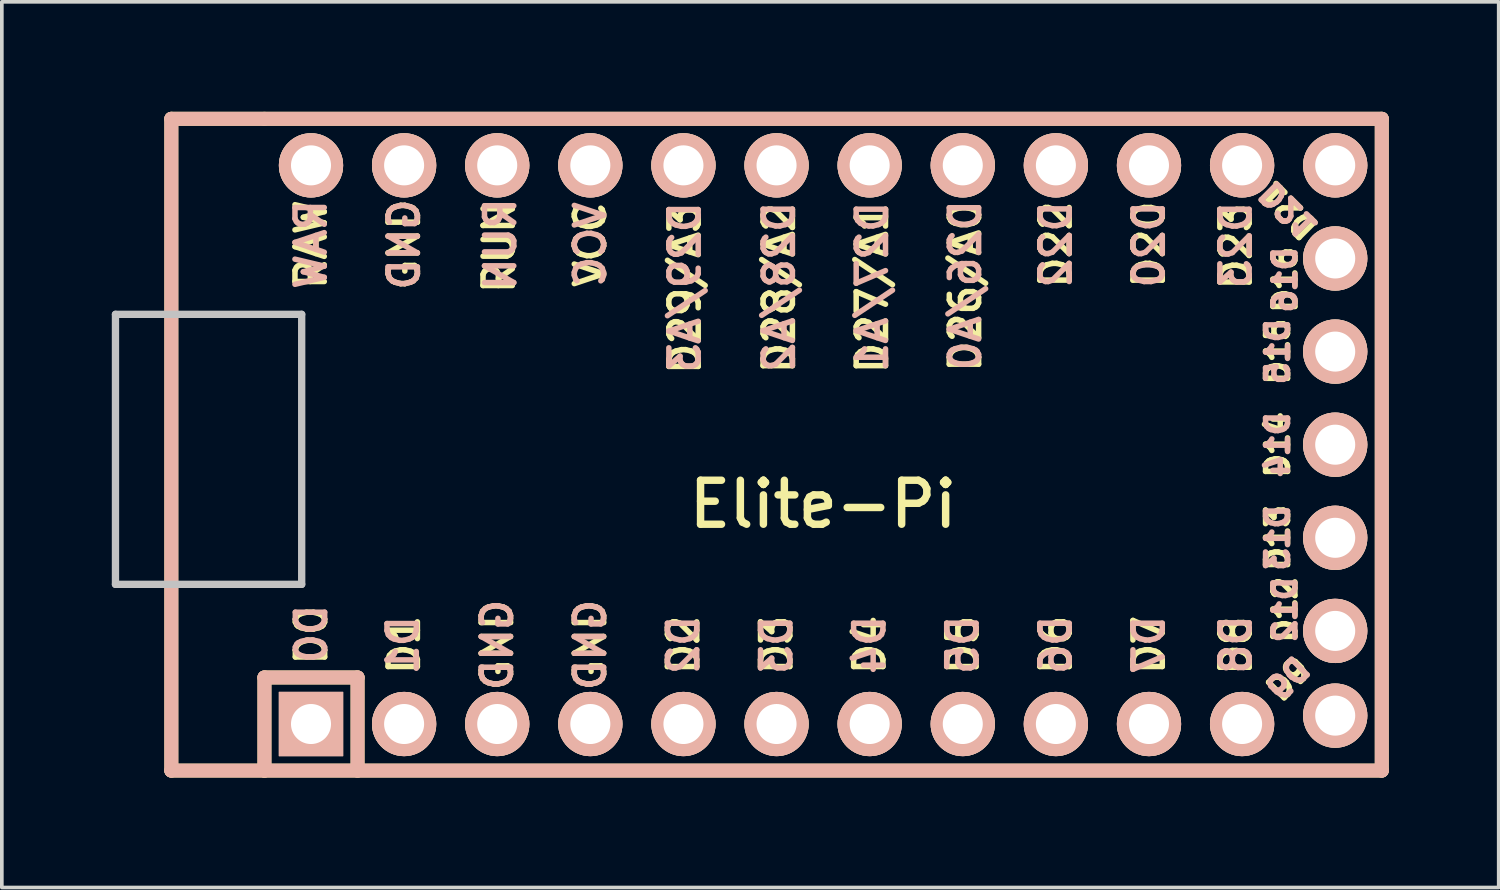
<source format=kicad_pcb>
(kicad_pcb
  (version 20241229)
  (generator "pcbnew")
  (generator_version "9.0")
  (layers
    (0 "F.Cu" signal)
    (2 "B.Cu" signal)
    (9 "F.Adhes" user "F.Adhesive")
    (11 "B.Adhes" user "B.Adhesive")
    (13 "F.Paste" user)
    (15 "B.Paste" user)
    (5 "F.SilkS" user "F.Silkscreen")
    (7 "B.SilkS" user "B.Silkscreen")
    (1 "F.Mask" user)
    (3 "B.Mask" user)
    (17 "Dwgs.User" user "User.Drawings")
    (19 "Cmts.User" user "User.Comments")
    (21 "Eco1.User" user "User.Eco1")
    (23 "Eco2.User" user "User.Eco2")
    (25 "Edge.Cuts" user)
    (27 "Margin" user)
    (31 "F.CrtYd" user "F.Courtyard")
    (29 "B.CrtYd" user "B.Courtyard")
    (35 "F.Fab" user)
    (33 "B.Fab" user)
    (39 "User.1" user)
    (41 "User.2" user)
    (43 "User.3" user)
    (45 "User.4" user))
  (footprint "Elite-Pi"
    (layer "F.Cu")
    (at 19.404 9.081)
    (property "Reference" "Elite-Pi" (at 0 1.625 0) (layer "F.SilkS") (effects (font (size 1.2 1.2) (thickness 0.203))))
    (attr through_hole)
    (fp_line (start -17.78 -8.89) (end -17.78 8.89) (stroke (width 0.381) (type solid)) (layer "F.SilkS"))
    (fp_line (start -17.78 8.89) (end -15.24 8.89) (stroke (width 0.381) (type solid)) (layer "F.SilkS"))
    (fp_line (start -15.24 -8.89) (end -17.78 -8.89) (stroke (width 0.381) (type solid)) (layer "F.SilkS"))
    (fp_line (start -15.24 6.35) (end -15.24 8.89) (stroke (width 0.381) (type solid)) (layer "F.SilkS"))
    (fp_line (start -15.24 6.35) (end -12.7 6.35) (stroke (width 0.381) (type solid)) (layer "F.SilkS"))
    (fp_line (start -15.24 8.89) (end 15.24 8.89) (stroke (width 0.381) (type solid)) (layer "F.SilkS"))
    (fp_line (start -12.7 6.35) (end -12.7 8.89) (stroke (width 0.381) (type solid)) (layer "F.SilkS"))
    (fp_line (start 15.24 -8.89) (end -15.24 -8.89) (stroke (width 0.381) (type solid)) (layer "F.SilkS"))
    (fp_line (start 15.24 8.89) (end 15.24 -8.89) (stroke (width 0.381) (type solid)) (layer "F.SilkS"))
    (fp_line (start -17.78 -8.89) (end -17.78 8.89) (stroke (width 0.381) (type solid)) (layer "B.SilkS"))
    (fp_line (start -17.78 8.89) (end 15.24 8.89) (stroke (width 0.381) (type solid)) (layer "B.SilkS"))
    (fp_line (start -15.24 6.35) (end -15.24 8.89) (stroke (width 0.381) (type solid)) (layer "B.SilkS"))
    (fp_line (start -15.24 6.35) (end -12.7 6.35) (stroke (width 0.381) (type solid)) (layer "B.SilkS"))
    (fp_line (start -12.7 6.35) (end -12.7 8.89) (stroke (width 0.381) (type solid)) (layer "B.SilkS"))
    (fp_line (start 15.24 -8.89) (end -17.78 -8.89) (stroke (width 0.381) (type solid)) (layer "B.SilkS"))
    (fp_line (start 15.24 8.89) (end 15.24 -8.89) (stroke (width 0.381) (type solid)) (layer "B.SilkS"))
    (fp_line (start -19.304 -3.556) (end -14.224 -3.556) (stroke (width 0.2) (type solid)) (layer "Dwgs.User"))
    (fp_line (start -19.304 3.81) (end -19.304 -3.556) (stroke (width 0.2) (type solid)) (layer "Dwgs.User"))
    (fp_line (start -14.224 -3.556) (end -14.224 3.81) (stroke (width 0.2) (type solid)) (layer "Dwgs.User"))
    (fp_line (start -14.224 3.81) (end -19.304 3.81) (stroke (width 0.2) (type solid)) (layer "Dwgs.User"))
    (fp_text user "D8" (at 11.26 5.48 90) (layer "F.SilkS") (effects (font (size 0.8 0.8) (thickness 0.15))))
    (fp_text user "D22" (at 6.35 -5.461 90) (layer "F.SilkS") (effects (font (size 0.8 0.8) (thickness 0.15))))
    (fp_text user "GND" (at -6.35 5.461 90) (layer "F.SilkS") (effects (font (size 0.8 0.8) (thickness 0.15))))
    (fp_text user "D4" (at 1.27 5.461 90) (layer "F.SilkS") (effects (font (size 0.8 0.8) (thickness 0.15))))
    (fp_text user "D7" (at 8.89 5.461 90) (layer "F.SilkS") (effects (font (size 0.8 0.8) (thickness 0.15))))
    (fp_text user "VCC" (at -6.35 -5.461 90) (layer "F.SilkS") (effects (font (size 0.8 0.8) (thickness 0.15))))
    (fp_text user "D12" (at 12.6 4.5 90) (layer "F.SilkS") (effects (font (size 0.6 0.6) (thickness 0.15))))
    (fp_text user "D6" (at 6.35 5.461 90) (layer "F.SilkS") (effects (font (size 0.8 0.8) (thickness 0.15))))
    (fp_text user "RUN" (at -8.84 -5.39 90) (layer "F.SilkS") (effects (font (size 0.8 0.8) (thickness 0.15))))
    (fp_text user "D20" (at 8.89 -5.461 90) (layer "F.SilkS") (effects (font (size 0.8 0.8) (thickness 0.15))))
    (fp_text user "D27/A1" (at 1.34 -4.27 90) (layer "F.SilkS") (effects (font (size 0.8 0.8) (thickness 0.15))))
    (fp_text user "D29/A3" (at -3.77 -4.25 90) (layer "F.SilkS") (effects (font (size 0.8 0.8) (thickness 0.15))))
    (fp_text user "D0" (at -13.96 5.2 90) (layer "F.SilkS") (effects (font (size 0.8 0.8) (thickness 0.15))))
    (fp_text user "D14" (at 12.4 0 90) (layer "F.SilkS") (effects (font (size 0.6 0.6) (thickness 0.15))))
    (fp_text user "D15" (at 12.4 -2.54 90) (layer "F.SilkS") (effects (font (size 0.6 0.6) (thickness 0.15))))
    (fp_text user "D5" (at 3.81 5.461 90) (layer "F.SilkS") (effects (font (size 0.8 0.8) (thickness 0.15))))
    (fp_text user "RAW" (at -13.97 -5.461 90) (layer "F.SilkS") (effects (font (size 0.8 0.8) (thickness 0.15))))
    (fp_text user "D21" (at 12.7 -6.4 135) (unlocked yes) (layer "F.SilkS") (effects (font (size 0.6 0.6) (thickness 0.15))))
    (fp_text user "GND" (at -11.43 -5.461 90) (layer "F.SilkS") (effects (font (size 0.8 0.8) (thickness 0.15))))
    (fp_text user "D23" (at 11.26 -5.41 90) (layer "F.SilkS") (effects (font (size 0.8 0.8) (thickness 0.15))))
    (fp_text user "D26/A0" (at 3.88 -4.31 90) (layer "F.SilkS") (effects (font (size 0.8 0.8) (thickness 0.15))))
    (fp_text user "GND" (at -8.89 5.461 90) (layer "F.SilkS") (effects (font (size 0.8 0.8) (thickness 0.15))))
    (fp_text user "D3" (at -1.27 5.461 90) (layer "F.SilkS") (effects (font (size 0.8 0.8) (thickness 0.15))))
    (fp_text user "D9" (at 12.7 6.4 45) (layer "F.SilkS") (effects (font (size 0.6 0.6) (thickness 0.15))))
    (fp_text user "D16" (at 12.6 -4.5 90) (layer "F.SilkS") (effects (font (size 0.6 0.6) (thickness 0.15))))
    (fp_text user "D2" (at -3.81 5.461 90) (layer "F.SilkS") (effects (font (size 0.8 0.8) (thickness 0.15))))
    (fp_text user "D28/A2" (at -1.2 -4.27 90) (layer "F.SilkS") (effects (font (size 0.8 0.8) (thickness 0.15))))
    (fp_text user "D1" (at -11.43 5.461 90) (layer "F.SilkS") (effects (font (size 0.8 0.8) (thickness 0.15))))
    (fp_text user "D13" (at 12.4 2.54 90) (layer "F.SilkS") (effects (font (size 0.6 0.6) (thickness 0.15))))
    (fp_text user "D5" (at 3.81 5.461 90) (layer "B.SilkS") (effects (font (size 0.8 0.8) (thickness 0.15)) (justify mirror)))
    (fp_text user "D0" (at -13.96 5.16 90) (layer "B.SilkS") (effects (font (size 0.8 0.8) (thickness 0.15)) (justify mirror)))
    (fp_text user "VCC" (at -6.35 -5.461 90) (layer "B.SilkS") (effects (font (size 0.8 0.8) (thickness 0.15)) (justify mirror)))
    (fp_text user "RUN" (at -8.8 -5.47 90) (layer "B.SilkS") (effects (font (size 0.8 0.8) (thickness 0.15)) (justify mirror)))
    (fp_text user "D13" (at 12.4 2.54 90) (layer "B.SilkS") (effects (font (size 0.6 0.6) (thickness 0.15)) (justify mirror)))
    (fp_text user "GND" (at -8.89 5.461 90) (layer "B.SilkS") (effects (font (size 0.8 0.8) (thickness 0.15)) (justify mirror)))
    (fp_text user "D8" (at 11.26 5.45 90) (layer "B.SilkS") (effects (font (size 0.8 0.8) (thickness 0.15)) (justify mirror)))
    (fp_text user "D15" (at 12.4 -2.54 90) (layer "B.SilkS") (effects (font (size 0.6 0.6) (thickness 0.15)) (justify mirror)))
    (fp_text user "D27/A1" (at 1.34 -4.31 90) (layer "B.SilkS") (effects (font (size 0.8 0.8) (thickness 0.15)) (justify mirror)))
    (fp_text user "D3" (at -1.27 5.461 90) (layer "B.SilkS") (effects (font (size 0.8 0.8) (thickness 0.15)) (justify mirror)))
    (fp_text user "D4" (at 1.27 5.461 90) (layer "B.SilkS") (effects (font (size 0.8 0.8) (thickness 0.15)) (justify mirror)))
    (fp_text user "D9" (at 12.7 6.4 45) (layer "B.SilkS") (effects (font (size 0.6 0.6) (thickness 0.15)) (justify mirror)))
    (fp_text user "D16" (at 12.6 -4.5 90) (layer "B.SilkS") (effects (font (size 0.6 0.6) (thickness 0.15)) (justify mirror)))
    (fp_text user "D12" (at 12.6 4.5 90) (layer "B.SilkS") (effects (font (size 0.6 0.6) (thickness 0.15)) (justify mirror)))
    (fp_text user "D23" (at 11.26 -5.45 90) (layer "B.SilkS") (effects (font (size 0.8 0.8) (thickness 0.15)) (justify mirror)))
    (fp_text user "D29/A3" (at -3.77 -4.3 90) (layer "B.SilkS") (effects (font (size 0.8 0.8) (thickness 0.15)) (justify mirror)))
    (fp_text user "GND" (at -6.35 5.461 90) (layer "B.SilkS") (effects (font (size 0.8 0.8) (thickness 0.15)) (justify mirror)))
    (fp_text user "D2" (at -3.81 5.461 90) (layer "B.SilkS") (effects (font (size 0.8 0.8) (thickness 0.15)) (justify mirror)))
    (fp_text user "D26/A0" (at 3.88 -4.35 90) (layer "B.SilkS") (effects (font (size 0.8 0.8) (thickness 0.15)) (justify mirror)))
    (fp_text user "D21" (at 12.7 -6.4 135) (unlocked yes) (layer "B.SilkS") (effects (font (size 0.6 0.6) (thickness 0.15)) (justify mirror)))
    (fp_text user "D20" (at 8.89 -5.461 90) (layer "B.SilkS") (effects (font (size 0.8 0.8) (thickness 0.15)) (justify mirror)))
    (fp_text user "D28/A2" (at -1.2 -4.31 90) (layer "B.SilkS") (effects (font (size 0.8 0.8) (thickness 0.15)) (justify mirror)))
    (fp_text user "D7" (at 8.89 5.461 90) (layer "B.SilkS") (effects (font (size 0.8 0.8) (thickness 0.15)) (justify mirror)))
    (fp_text user "D22" (at 6.35 -5.461 90) (layer "B.SilkS") (effects (font (size 0.8 0.8) (thickness 0.15)) (justify mirror)))
    (fp_text user "D6" (at 6.35 5.461 90) (layer "B.SilkS") (effects (font (size 0.8 0.8) (thickness 0.15)) (justify mirror)))
    (fp_text user "RAW" (at -13.97 -5.461 90) (layer "B.SilkS") (effects (font (size 0.8 0.8) (thickness 0.15)) (justify mirror)))
    (fp_text user "GND" (at -11.43 -5.461 90) (layer "B.SilkS") (effects (font (size 0.8 0.8) (thickness 0.15)) (justify mirror)))
    (fp_text user "D14" (at 12.4 0 90) (layer "B.SilkS") (effects (font (size 0.6 0.6) (thickness 0.15)) (justify mirror)))
    (fp_text user "D1" (at -11.46 5.47 90) (layer "B.SilkS") (effects (font (size 0.8 0.8) (thickness 0.15)) (justify mirror)))
    (pad "1" thru_hole rect (at -13.97 7.62) (size 1.753 1.753) (drill 1.092) (layers "*.Cu" "*.SilkS" "*.Mask"))
    (pad "2" thru_hole circle (at -11.43 7.62) (size 1.753 1.753) (drill 1.092) (layers "*.Cu" "*.SilkS" "*.Mask"))
    (pad "3" thru_hole circle (at -8.89 7.62) (size 1.753 1.753) (drill 1.092) (layers "*.Cu" "*.SilkS" "*.Mask"))
    (pad "4" thru_hole circle (at -6.35 7.62) (size 1.753 1.753) (drill 1.092) (layers "*.Cu" "*.SilkS" "*.Mask"))
    (pad "5" thru_hole circle (at -3.81 7.62) (size 1.753 1.753) (drill 1.092) (layers "*.Cu" "*.SilkS" "*.Mask"))
    (pad "6" thru_hole circle (at -1.27 7.62) (size 1.753 1.753) (drill 1.092) (layers "*.Cu" "*.SilkS" "*.Mask"))
    (pad "7" thru_hole circle (at 1.27 7.62) (size 1.753 1.753) (drill 1.092) (layers "*.Cu" "*.SilkS" "*.Mask"))
    (pad "8" thru_hole circle (at 3.81 7.62) (size 1.753 1.753) (drill 1.092) (layers "*.Cu" "*.SilkS" "*.Mask"))
    (pad "9" thru_hole circle (at 6.35 7.62) (size 1.753 1.753) (drill 1.092) (layers "*.Cu" "*.SilkS" "*.Mask"))
    (pad "10" thru_hole circle (at 8.89 7.62) (size 1.753 1.753) (drill 1.092) (layers "*.Cu" "*.SilkS" "*.Mask"))
    (pad "11" thru_hole circle (at 11.43 7.62) (size 1.753 1.753) (drill 1.092) (layers "*.Cu" "*.SilkS" "*.Mask"))
    (pad "12" thru_hole circle (at 13.97 7.391) (size 1.753 1.753) (drill 1.092) (layers "*.Cu" "*.SilkS" "*.Mask"))
    (pad "13" thru_hole circle (at 13.97 -7.62) (size 1.753 1.753) (drill 1.092) (layers "*.Cu" "*.SilkS" "*.Mask"))
    (pad "14" thru_hole circle (at 11.43 -7.62) (size 1.753 1.753) (drill 1.092) (layers "*.Cu" "*.SilkS" "*.Mask"))
    (pad "15" thru_hole circle (at 8.89 -7.62) (size 1.753 1.753) (drill 1.092) (layers "*.Cu" "*.SilkS" "*.Mask"))
    (pad "16" thru_hole circle (at 6.35 -7.62) (size 1.753 1.753) (drill 1.092) (layers "*.Cu" "*.SilkS" "*.Mask"))
    (pad "17" thru_hole circle (at 3.81 -7.62) (size 1.753 1.753) (drill 1.092) (layers "*.Cu" "*.SilkS" "*.Mask"))
    (pad "18" thru_hole circle (at 1.27 -7.62) (size 1.753 1.753) (drill 1.092) (layers "*.Cu" "*.SilkS" "*.Mask"))
    (pad "19" thru_hole circle (at -1.27 -7.62) (size 1.753 1.753) (drill 1.092) (layers "*.Cu" "*.SilkS" "*.Mask"))
    (pad "20" thru_hole circle (at -3.81 -7.62) (size 1.753 1.753) (drill 1.092) (layers "*.Cu" "*.SilkS" "*.Mask"))
    (pad "21" thru_hole circle (at -6.35 -7.62) (size 1.753 1.753) (drill 1.092) (layers "*.Cu" "*.SilkS" "*.Mask"))
    (pad "22" thru_hole circle (at -8.89 -7.62) (size 1.753 1.753) (drill 1.092) (layers "*.Cu" "*.SilkS" "*.Mask"))
    (pad "23" thru_hole circle (at -11.43 -7.62) (size 1.753 1.753) (drill 1.092) (layers "*.Cu" "*.SilkS" "*.Mask"))
    (pad "24" thru_hole circle (at -13.97 -7.62) (size 1.753 1.753) (drill 1.092) (layers "*.Cu" "*.SilkS" "*.Mask"))
    (pad "25" thru_hole circle (at 13.97 5.08) (size 1.753 1.753) (drill 1.092) (layers "*.Cu" "*.SilkS" "*.Mask"))
    (pad "26" thru_hole circle (at 13.97 2.54) (size 1.753 1.753) (drill 1.092) (layers "*.Cu" "*.SilkS" "*.Mask"))
    (pad "27" thru_hole circle (at 13.97 0) (size 1.753 1.753) (drill 1.092) (layers "*.Cu" "*.SilkS" "*.Mask"))
    (pad "28" thru_hole circle (at 13.97 -2.54) (size 1.753 1.753) (drill 1.092) (layers "*.Cu" "*.SilkS" "*.Mask"))
    (pad "29" thru_hole circle (at 13.97 -5.08) (size 1.753 1.753) (drill 1.092) (layers "*.Cu" "*.SilkS" "*.Mask")))
  (gr_rect
    (start -3 -3)
    (end 37.834 21.161)
    (stroke (width 0.1) (type default))
    (fill no)
    (layer "Edge.Cuts")))
</source>
